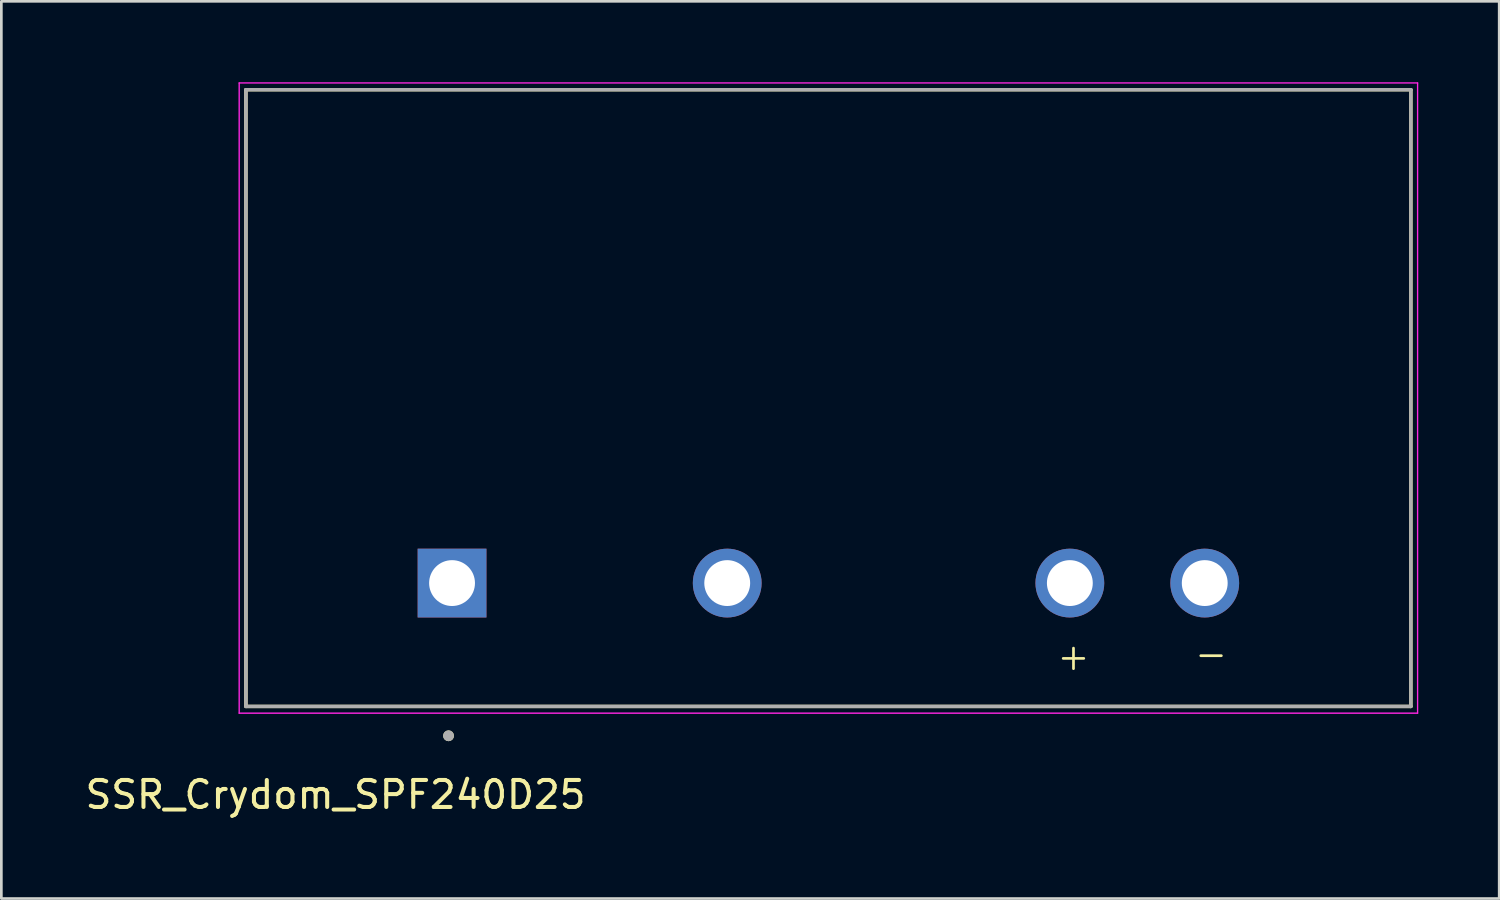
<source format=kicad_pcb>
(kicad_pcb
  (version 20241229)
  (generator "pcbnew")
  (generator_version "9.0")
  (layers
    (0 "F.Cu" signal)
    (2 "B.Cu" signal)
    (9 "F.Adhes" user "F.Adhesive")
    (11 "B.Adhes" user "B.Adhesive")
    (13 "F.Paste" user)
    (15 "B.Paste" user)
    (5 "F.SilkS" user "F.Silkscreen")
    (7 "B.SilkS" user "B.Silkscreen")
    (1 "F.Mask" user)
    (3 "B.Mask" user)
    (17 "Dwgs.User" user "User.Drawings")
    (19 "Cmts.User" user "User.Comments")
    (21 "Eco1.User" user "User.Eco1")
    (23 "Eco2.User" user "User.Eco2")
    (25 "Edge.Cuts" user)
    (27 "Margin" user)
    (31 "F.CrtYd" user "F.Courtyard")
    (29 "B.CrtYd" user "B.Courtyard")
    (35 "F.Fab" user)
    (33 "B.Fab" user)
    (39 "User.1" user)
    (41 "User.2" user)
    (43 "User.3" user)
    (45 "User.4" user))
  (footprint "SSR_Crydom_SPF240D25"
    (layer "F.Cu")
    (at 27.656 18.563)
    (property "Reference" "SSR_Crydom_SPF240D25" (at -18.269 7.844 0) (layer "F.SilkS") (effects (font (size 1 1) (thickness 0.15))))
    (attr through_hole)
    (fp_line (start -21.59 -18.288) (end -21.59 4.572) (stroke (width 0.127) (type solid)) (layer "F.SilkS"))
    (fp_line (start -21.59 4.572) (end 21.59 4.572) (stroke (width 0.127) (type solid)) (layer "F.SilkS"))
    (fp_line (start 21.59 -18.288) (end -21.59 -18.288) (stroke (width 0.127) (type solid)) (layer "F.SilkS"))
    (fp_line (start 21.59 4.572) (end 21.59 -18.288) (stroke (width 0.127) (type solid)) (layer "F.SilkS"))
    (fp_circle (center -14.08 5.66) (end -13.98 5.66) (stroke (width 0.2) (type solid)) (fill no) (layer "F.SilkS"))
    (fp_line (start -21.84 -18.538) (end 21.84 -18.538) (stroke (width 0.05) (type solid)) (layer "F.CrtYd"))
    (fp_line (start -21.84 4.822) (end -21.84 -18.538) (stroke (width 0.05) (type solid)) (layer "F.CrtYd"))
    (fp_line (start 21.84 -18.538) (end 21.84 4.822) (stroke (width 0.05) (type solid)) (layer "F.CrtYd"))
    (fp_line (start 21.84 4.822) (end -21.84 4.822) (stroke (width 0.05) (type solid)) (layer "F.CrtYd"))
    (fp_line (start -21.59 -18.288) (end -21.59 4.572) (stroke (width 0.127) (type solid)) (layer "F.Fab"))
    (fp_line (start -21.59 4.572) (end 21.59 4.572) (stroke (width 0.127) (type solid)) (layer "F.Fab"))
    (fp_line (start 21.59 -18.288) (end -21.59 -18.288) (stroke (width 0.127) (type solid)) (layer "F.Fab"))
    (fp_line (start 21.59 4.572) (end 21.59 -18.288) (stroke (width 0.127) (type solid)) (layer "F.Fab"))
    (fp_circle (center -14.08 5.66) (end -13.98 5.66) (stroke (width 0.2) (type solid)) (fill no) (layer "F.Fab"))
    (fp_text user "+" (at 8.4 3.3 0) (unlocked yes) (layer "F.SilkS") (effects (font (size 1 1) (thickness 0.1)) (justify left bottom)))
    (fp_text user "-" (at 13.5 3.2 0) (unlocked yes) (layer "F.SilkS") (effects (font (size 1 1) (thickness 0.1)) (justify left bottom)))
    (pad "1" thru_hole rect (at -13.95 0) (size 2.55 2.55) (drill 1.7) (layers "*.Cu" "*.Mask"))
    (pad "2" thru_hole circle (at -3.75 0) (size 2.55 2.55) (drill 1.7) (layers "*.Cu" "*.Mask"))
    (pad "3" thru_hole circle (at 8.95 0) (size 2.55 2.55) (drill 1.7) (layers "*.Cu" "*.Mask"))
    (pad "4" thru_hole circle (at 13.95 0) (size 2.55 2.55) (drill 1.7) (layers "*.Cu" "*.Mask")))
  (gr_rect
    (start -3 -3)
    (end 52.521 30.256)
    (stroke (width 0.1) (type default))
    (fill no)
    (layer "Edge.Cuts")))
</source>
